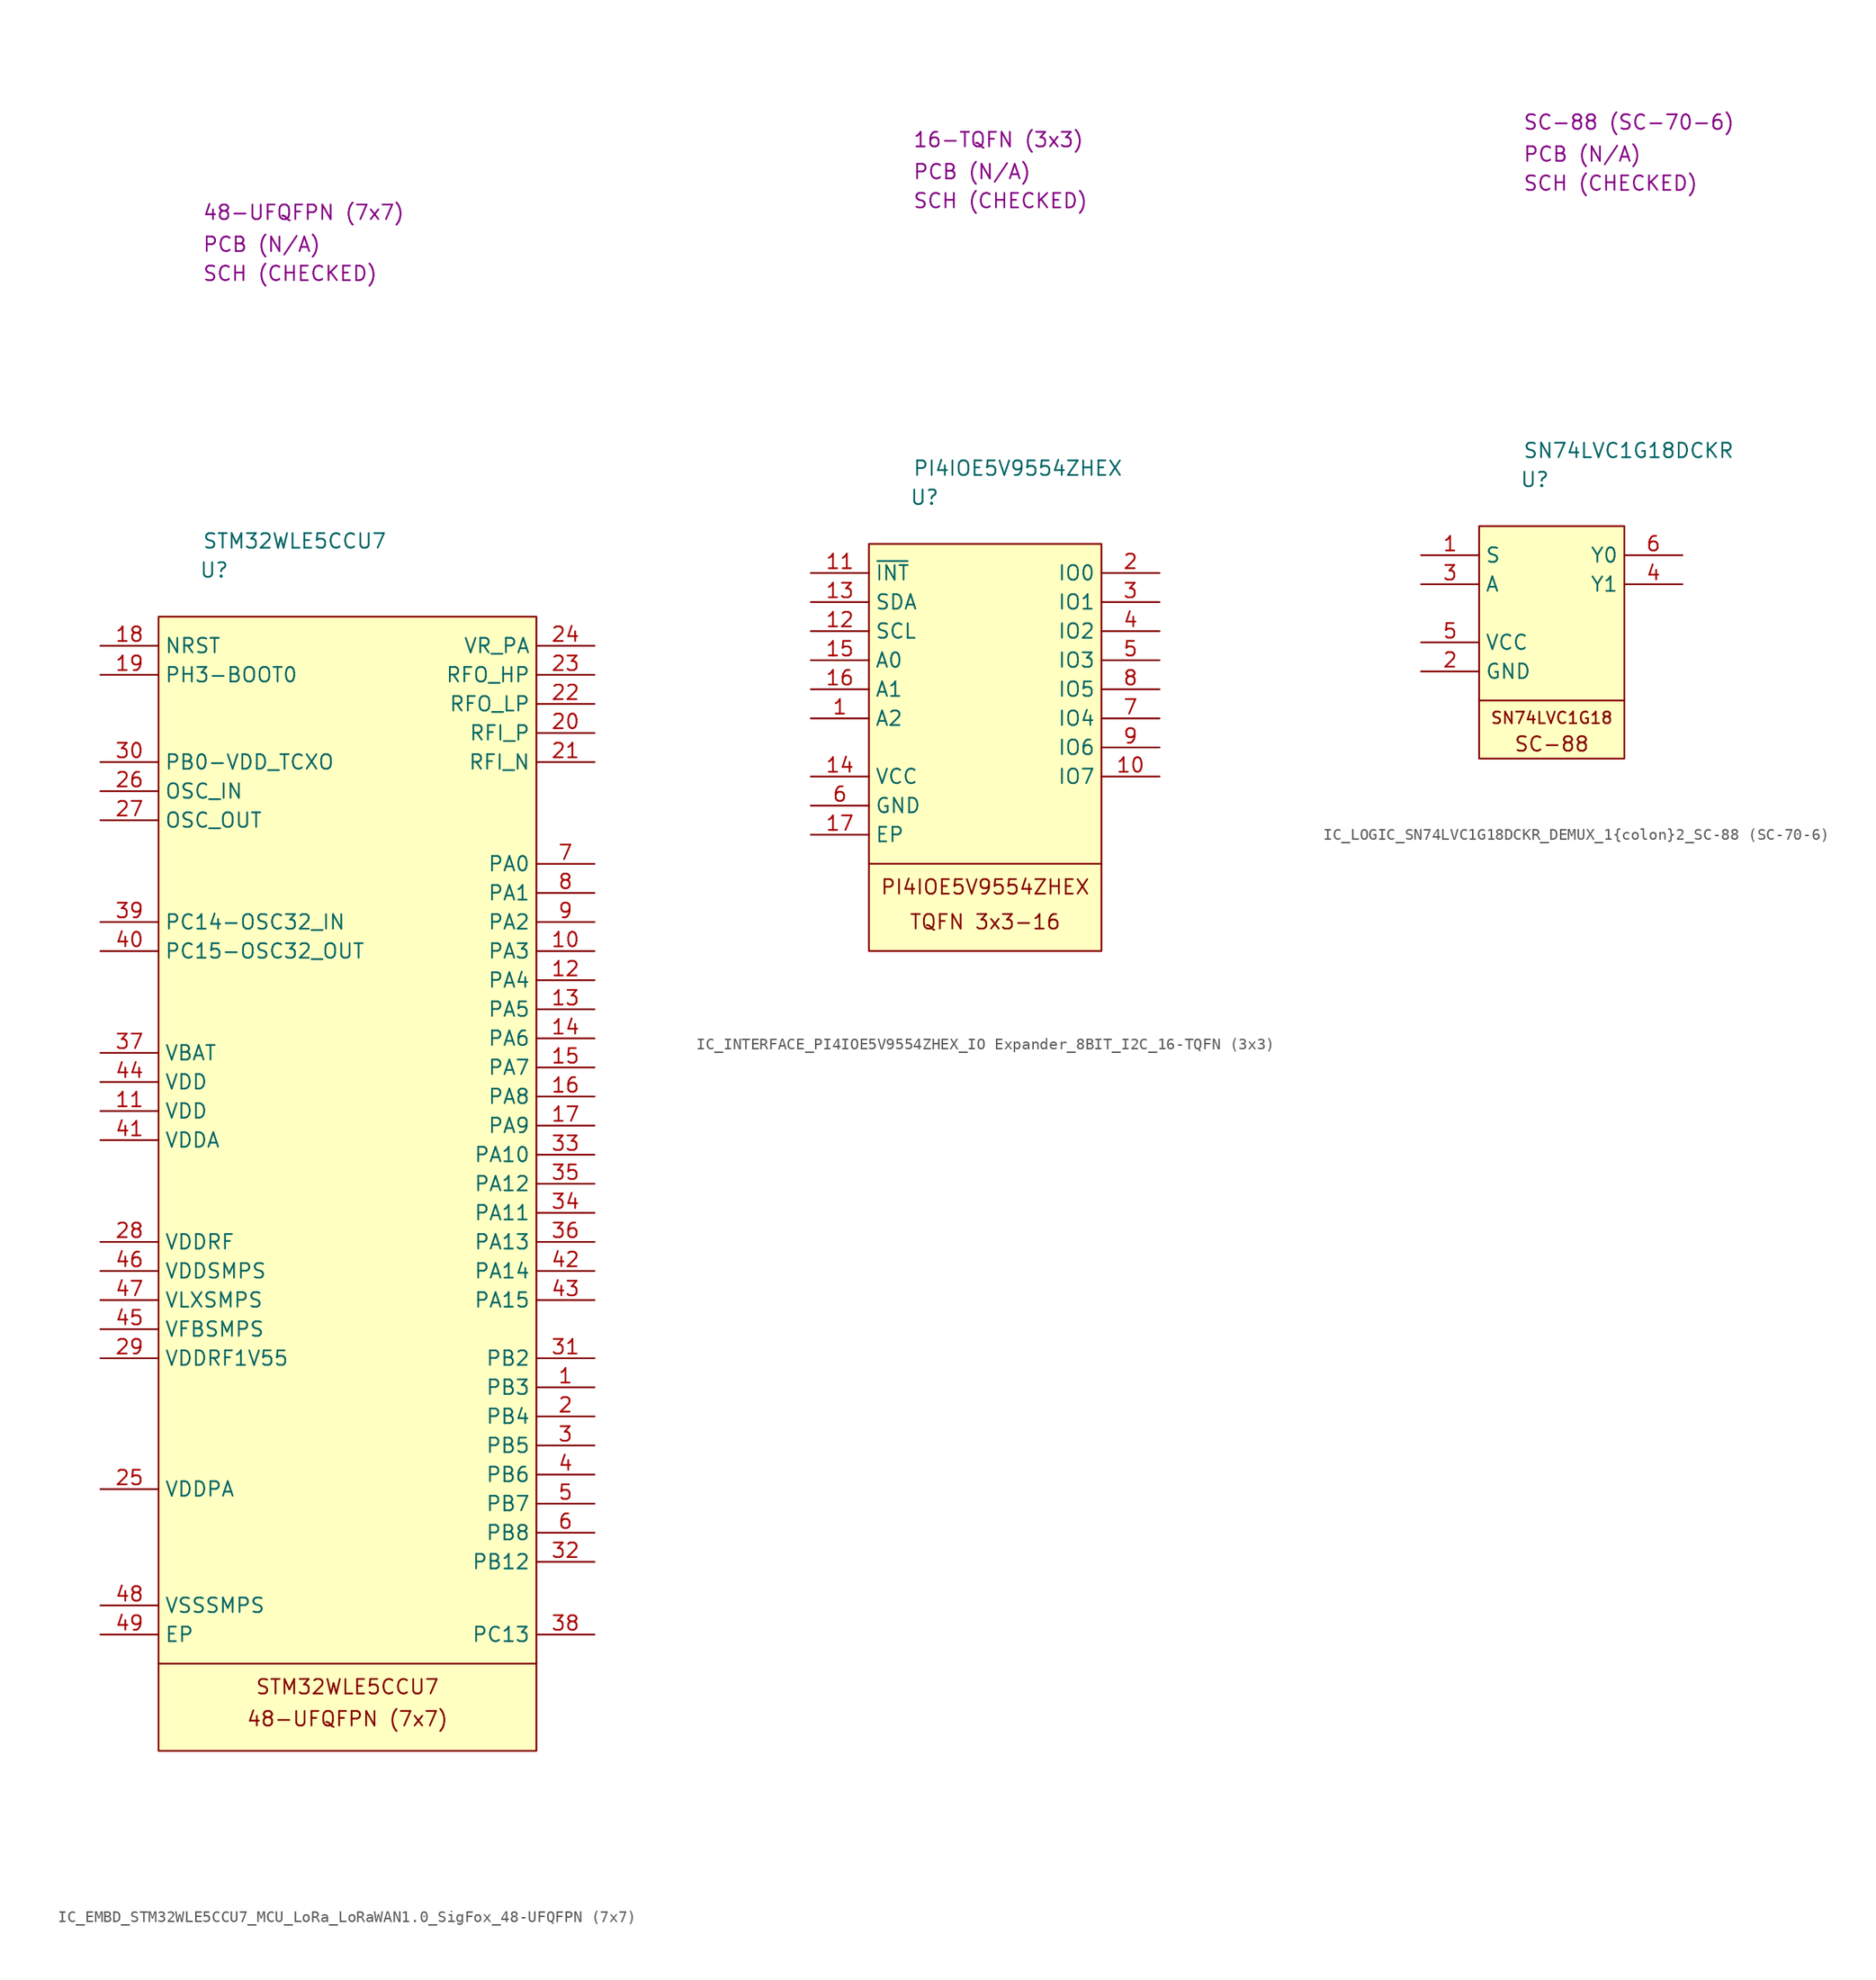
<source format=kicad_sym>
(kicad_symbol_lib
  (version 20231120)
  (generator "kicad_symbol_editor")
  (generator_version "8.0")
  (symbol "IC_EMBD_STM32WLE5CCU7_MCU_LoRa_LoRaWAN1.0_SigFox_48-UFQFPN (7x7)"
    (property "Reference" "U"
      (at 3.556 4.064 0)
      (effects (font (size 1.27 1.27)) (justify left)))
    (property "Value" "STM32WLE5CCU7"
      (at 3.81 6.604 0)
      (effects (font (size 1.27 1.27)) (justify left)))
    (property "Package" "48-UFQFPN (7x7)"
      (at 3.81 35.306 0)
      (effects (font (size 1.27 1.27)) (justify left)))
    (property "SCH CHECK" "SCH (CHECKED)"
      (at 3.81 29.972 0)
      (effects (font (size 1.27 1.27)) (justify left)))
    (property "PCB CHECK" "PCB (N/A)"
      (at 3.81 32.512 0)
      (effects (font (size 1.27 1.27)) (justify left)))
    (symbol "IC_EMBD_STM32WLE5CCU7_MCU_LoRa_LoRaWAN1.0_SigFox_48-UFQFPN (7x7)_0_1"
      (polyline (pts (xy 0 -91.44) (xy 33.02 -91.44)) (stroke (width 0) (type default)) (fill (type none))))
    (symbol "IC_EMBD_STM32WLE5CCU7_MCU_LoRa_LoRaWAN1.0_SigFox_48-UFQFPN (7x7)_1_0"
      (pin passive line (at 38.1 -67.31 180) (length 5.08) (name "PB3" (effects (font (size 1.27 1.27)))) (number "1" (effects (font (size 1.27 1.27))))))
    (symbol "IC_EMBD_STM32WLE5CCU7_MCU_LoRa_LoRaWAN1.0_SigFox_48-UFQFPN (7x7)_1_1"
      (rectangle (start 0 0) (end 33.02 -99.06) (stroke (width 0) (type default)) (fill (type background)))
      (text "48-UFQFPN (7x7)" (at 16.51 -96.266 0) (effects (font (size 1.27 1.27))))
      (text "STM32WLE5CCU7" (at 16.51 -93.472 0) (effects (font (size 1.27 1.27))))
      (pin passive line (at 38.1 -29.21 180) (length 5.08) (name "PA3" (effects (font (size 1.27 1.27)))) (number "10" (effects (font (size 1.27 1.27)))))
      (pin passive line (at -5.08 -43.18 0) (length 5.08) (name "VDD" (effects (font (size 1.27 1.27)))) (number "11" (effects (font (size 1.27 1.27)))))
      (pin passive line (at 38.1 -31.75 180) (length 5.08) (name "PA4" (effects (font (size 1.27 1.27)))) (number "12" (effects (font (size 1.27 1.27)))))
      (pin passive line (at 38.1 -34.29 180) (length 5.08) (name "PA5" (effects (font (size 1.27 1.27)))) (number "13" (effects (font (size 1.27 1.27)))))
      (pin passive line (at 38.1 -36.83 180) (length 5.08) (name "PA6" (effects (font (size 1.27 1.27)))) (number "14" (effects (font (size 1.27 1.27)))))
      (pin passive line (at 38.1 -39.37 180) (length 5.08) (name "PA7" (effects (font (size 1.27 1.27)))) (number "15" (effects (font (size 1.27 1.27)))))
      (pin passive line (at 38.1 -41.91 180) (length 5.08) (name "PA8" (effects (font (size 1.27 1.27)))) (number "16" (effects (font (size 1.27 1.27)))))
      (pin passive line (at 38.1 -44.45 180) (length 5.08) (name "PA9" (effects (font (size 1.27 1.27)))) (number "17" (effects (font (size 1.27 1.27)))))
      (pin passive line (at -5.08 -2.54 0) (length 5.08) (name "NRST" (effects (font (size 1.27 1.27)))) (number "18" (effects (font (size 1.27 1.27)))))
      (pin passive line (at -5.08 -5.08 0) (length 5.08) (name "PH3-BOOT0" (effects (font (size 1.27 1.27)))) (number "19" (effects (font (size 1.27 1.27)))))
      (pin passive line (at 38.1 -69.85 180) (length 5.08) (name "PB4" (effects (font (size 1.27 1.27)))) (number "2" (effects (font (size 1.27 1.27)))))
      (pin passive line (at 38.1 -10.16 180) (length 5.08) (name "RFI_P" (effects (font (size 1.27 1.27)))) (number "20" (effects (font (size 1.27 1.27)))))
      (pin passive line (at 38.1 -12.7 180) (length 5.08) (name "RFI_N" (effects (font (size 1.27 1.27)))) (number "21" (effects (font (size 1.27 1.27)))))
      (pin passive line (at 38.1 -7.62 180) (length 5.08) (name "RFO_LP" (effects (font (size 1.27 1.27)))) (number "22" (effects (font (size 1.27 1.27)))))
      (pin passive line (at 38.1 -5.08 180) (length 5.08) (name "RFO_HP" (effects (font (size 1.27 1.27)))) (number "23" (effects (font (size 1.27 1.27)))))
      (pin passive line (at 38.1 -2.54 180) (length 5.08) (name "VR_PA" (effects (font (size 1.27 1.27)))) (number "24" (effects (font (size 1.27 1.27)))))
      (pin passive line (at -5.08 -76.2 0) (length 5.08) (name "VDDPA" (effects (font (size 1.27 1.27)))) (number "25" (effects (font (size 1.27 1.27)))))
      (pin passive line (at -5.08 -15.24 0) (length 5.08) (name "OSC_IN" (effects (font (size 1.27 1.27)))) (number "26" (effects (font (size 1.27 1.27)))))
      (pin passive line (at -5.08 -17.78 0) (length 5.08) (name "OSC_OUT" (effects (font (size 1.27 1.27)))) (number "27" (effects (font (size 1.27 1.27)))))
      (pin passive line (at -5.08 -54.61 0) (length 5.08) (name "VDDRF" (effects (font (size 1.27 1.27)))) (number "28" (effects (font (size 1.27 1.27)))))
      (pin passive line (at -5.08 -64.77 0) (length 5.08) (name "VDDRF1V55" (effects (font (size 1.27 1.27)))) (number "29" (effects (font (size 1.27 1.27)))))
      (pin passive line (at 38.1 -72.39 180) (length 5.08) (name "PB5" (effects (font (size 1.27 1.27)))) (number "3" (effects (font (size 1.27 1.27)))))
      (pin passive line (at -5.08 -12.7 0) (length 5.08) (name "PB0-VDD_TCXO" (effects (font (size 1.27 1.27)))) (number "30" (effects (font (size 1.27 1.27)))))
      (pin passive line (at 38.1 -64.77 180) (length 5.08) (name "PB2" (effects (font (size 1.27 1.27)))) (number "31" (effects (font (size 1.27 1.27)))))
      (pin passive line (at 38.1 -82.55 180) (length 5.08) (name "PB12" (effects (font (size 1.27 1.27)))) (number "32" (effects (font (size 1.27 1.27)))))
      (pin passive line (at 38.1 -46.99 180) (length 5.08) (name "PA10" (effects (font (size 1.27 1.27)))) (number "33" (effects (font (size 1.27 1.27)))))
      (pin passive line (at 38.1 -52.07 180) (length 5.08) (name "PA11" (effects (font (size 1.27 1.27)))) (number "34" (effects (font (size 1.27 1.27)))))
      (pin passive line (at 38.1 -49.53 180) (length 5.08) (name "PA12" (effects (font (size 1.27 1.27)))) (number "35" (effects (font (size 1.27 1.27)))))
      (pin passive line (at 38.1 -54.61 180) (length 5.08) (name "PA13" (effects (font (size 1.27 1.27)))) (number "36" (effects (font (size 1.27 1.27)))))
      (pin passive line (at -5.08 -38.1 0) (length 5.08) (name "VBAT" (effects (font (size 1.27 1.27)))) (number "37" (effects (font (size 1.27 1.27)))))
      (pin passive line (at 38.1 -88.9 180) (length 5.08) (name "PC13" (effects (font (size 1.27 1.27)))) (number "38" (effects (font (size 1.27 1.27)))))
      (pin passive line (at -5.08 -26.67 0) (length 5.08) (name "PC14-OSC32_IN" (effects (font (size 1.27 1.27)))) (number "39" (effects (font (size 1.27 1.27)))))
      (pin passive line (at 38.1 -74.93 180) (length 5.08) (name "PB6" (effects (font (size 1.27 1.27)))) (number "4" (effects (font (size 1.27 1.27)))))
      (pin passive line (at -5.08 -29.21 0) (length 5.08) (name "PC15-OSC32_OUT" (effects (font (size 1.27 1.27)))) (number "40" (effects (font (size 1.27 1.27)))))
      (pin passive line (at -5.08 -45.72 0) (length 5.08) (name "VDDA" (effects (font (size 1.27 1.27)))) (number "41" (effects (font (size 1.27 1.27)))))
      (pin passive line (at 38.1 -57.15 180) (length 5.08) (name "PA14" (effects (font (size 1.27 1.27)))) (number "42" (effects (font (size 1.27 1.27)))))
      (pin passive line (at 38.1 -59.69 180) (length 5.08) (name "PA15" (effects (font (size 1.27 1.27)))) (number "43" (effects (font (size 1.27 1.27)))))
      (pin passive line (at -5.08 -40.64 0) (length 5.08) (name "VDD" (effects (font (size 1.27 1.27)))) (number "44" (effects (font (size 1.27 1.27)))))
      (pin passive line (at -5.08 -62.23 0) (length 5.08) (name "VFBSMPS" (effects (font (size 1.27 1.27)))) (number "45" (effects (font (size 1.27 1.27)))))
      (pin passive line (at -5.08 -57.15 0) (length 5.08) (name "VDDSMPS" (effects (font (size 1.27 1.27)))) (number "46" (effects (font (size 1.27 1.27)))))
      (pin passive line (at -5.08 -59.69 0) (length 5.08) (name "VLXSMPS" (effects (font (size 1.27 1.27)))) (number "47" (effects (font (size 1.27 1.27)))))
      (pin passive line (at -5.08 -86.36 0) (length 5.08) (name "VSSSMPS" (effects (font (size 1.27 1.27)))) (number "48" (effects (font (size 1.27 1.27)))))
      (pin passive line (at -5.08 -88.9 0) (length 5.08) (name "EP" (effects (font (size 1.27 1.27)))) (number "49" (effects (font (size 1.27 1.27)))))
      (pin passive line (at 38.1 -77.47 180) (length 5.08) (name "PB7" (effects (font (size 1.27 1.27)))) (number "5" (effects (font (size 1.27 1.27)))))
      (pin passive line (at 38.1 -80.01 180) (length 5.08) (name "PB8" (effects (font (size 1.27 1.27)))) (number "6" (effects (font (size 1.27 1.27)))))
      (pin passive line (at 38.1 -21.59 180) (length 5.08) (name "PA0" (effects (font (size 1.27 1.27)))) (number "7" (effects (font (size 1.27 1.27)))))
      (pin passive line (at 38.1 -24.13 180) (length 5.08) (name "PA1" (effects (font (size 1.27 1.27)))) (number "8" (effects (font (size 1.27 1.27)))))
      (pin passive line (at 38.1 -26.67 180) (length 5.08) (name "PA2" (effects (font (size 1.27 1.27)))) (number "9" (effects (font (size 1.27 1.27)))))))
  (symbol "IC_INTERFACE_PI4IOE5V9554ZHEX_IO Expander_8BIT_I2C_16-TQFN (3x3)"
    (property "Reference" "U"
      (at 3.556 4.064 0)
      (effects (font (size 1.27 1.27)) (justify left)))
    (property "Value" "PI4IOE5V9554ZHEX"
      (at 3.81 6.604 0)
      (effects (font (size 1.27 1.27)) (justify left)))
    (property "Package" "16-TQFN (3x3)"
      (at 3.81 35.306 0)
      (effects (font (size 1.27 1.27)) (justify left)))
    (property "SCH CHECK" "SCH (CHECKED)"
      (at 3.81 29.972 0)
      (effects (font (size 1.27 1.27)) (justify left)))
    (property "PCB CHECK" "PCB (N/A)"
      (at 3.81 32.512 0)
      (effects (font (size 1.27 1.27)) (justify left)))
    (symbol "IC_INTERFACE_PI4IOE5V9554ZHEX_IO Expander_8BIT_I2C_16-TQFN (3x3)_0_1"
      (polyline (pts (xy 0 -27.94) (xy 20.32 -27.94)) (stroke (width 0) (type default)) (fill (type none))))
    (symbol "IC_INTERFACE_PI4IOE5V9554ZHEX_IO Expander_8BIT_I2C_16-TQFN (3x3)_1_0"
      (pin passive line (at -5.08 -25.4 0) (length 5.08) (name "EP" (effects (font (size 1.27 1.27)))) (number "17" (effects (font (size 1.27 1.27))))))
    (symbol "IC_INTERFACE_PI4IOE5V9554ZHEX_IO Expander_8BIT_I2C_16-TQFN (3x3)_1_1"
      (rectangle (start 0 0) (end 20.32 -35.56) (stroke (width 0) (type default)) (fill (type background)))
      (text "PI4IOE5V9554ZHEX" (at 10.16 -29.972 0) (effects (font (size 1.27 1.27))))
      (text "TQFN 3x3-16" (at 10.16 -33.02 0) (effects (font (size 1.27 1.27))))
      (pin passive line (at -5.08 -15.24 0) (length 5.08) (name "A2" (effects (font (size 1.27 1.27)))) (number "1" (effects (font (size 1.27 1.27)))))
      (pin passive line (at 25.4 -20.32 180) (length 5.08) (name "IO7" (effects (font (size 1.27 1.27)))) (number "10" (effects (font (size 1.27 1.27)))))
      (pin passive line (at -5.08 -2.54 0) (length 5.08) (name "~{INT}" (effects (font (size 1.27 1.27)))) (number "11" (effects (font (size 1.27 1.27)))))
      (pin passive line (at -5.08 -7.62 0) (length 5.08) (name "SCL" (effects (font (size 1.27 1.27)))) (number "12" (effects (font (size 1.27 1.27)))))
      (pin passive line (at -5.08 -5.08 0) (length 5.08) (name "SDA" (effects (font (size 1.27 1.27)))) (number "13" (effects (font (size 1.27 1.27)))))
      (pin passive line (at -5.08 -20.32 0) (length 5.08) (name "VCC" (effects (font (size 1.27 1.27)))) (number "14" (effects (font (size 1.27 1.27)))))
      (pin passive line (at -5.08 -10.16 0) (length 5.08) (name "A0" (effects (font (size 1.27 1.27)))) (number "15" (effects (font (size 1.27 1.27)))))
      (pin passive line (at -5.08 -12.7 0) (length 5.08) (name "A1" (effects (font (size 1.27 1.27)))) (number "16" (effects (font (size 1.27 1.27)))))
      (pin passive line (at 25.4 -2.54 180) (length 5.08) (name "IO0" (effects (font (size 1.27 1.27)))) (number "2" (effects (font (size 1.27 1.27)))))
      (pin passive line (at 25.4 -5.08 180) (length 5.08) (name "IO1" (effects (font (size 1.27 1.27)))) (number "3" (effects (font (size 1.27 1.27)))))
      (pin passive line (at 25.4 -7.62 180) (length 5.08) (name "IO2" (effects (font (size 1.27 1.27)))) (number "4" (effects (font (size 1.27 1.27)))))
      (pin passive line (at 25.4 -10.16 180) (length 5.08) (name "IO3" (effects (font (size 1.27 1.27)))) (number "5" (effects (font (size 1.27 1.27)))))
      (pin passive line (at -5.08 -22.86 0) (length 5.08) (name "GND" (effects (font (size 1.27 1.27)))) (number "6" (effects (font (size 1.27 1.27)))))
      (pin passive line (at 25.4 -15.24 180) (length 5.08) (name "IO4" (effects (font (size 1.27 1.27)))) (number "7" (effects (font (size 1.27 1.27)))))
      (pin passive line (at 25.4 -12.7 180) (length 5.08) (name "IO5" (effects (font (size 1.27 1.27)))) (number "8" (effects (font (size 1.27 1.27)))))
      (pin passive line (at 25.4 -17.78 180) (length 5.08) (name "IO6" (effects (font (size 1.27 1.27)))) (number "9" (effects (font (size 1.27 1.27)))))))
  (symbol "IC_LOGIC_SN74LVC1G18DCKR_DEMUX_1{colon}2_SC-88 (SC-70-6)"
    (property "Reference" "U"
      (at 3.556 4.064 0)
      (effects (font (size 1.27 1.27)) (justify left)))
    (property "Value" "SN74LVC1G18DCKR"
      (at 3.81 6.604 0)
      (effects (font (size 1.27 1.27)) (justify left)))
    (property "Package" "SC-88 (SC-70-6)"
      (at 3.81 35.306 0)
      (effects (font (size 1.27 1.27)) (justify left)))
    (property "SCH CHECK" "SCH (CHECKED)"
      (at 3.81 29.972 0)
      (effects (font (size 1.27 1.27)) (justify left)))
    (property "PCB CHECK" "PCB (N/A)"
      (at 3.81 32.512 0)
      (effects (font (size 1.27 1.27)) (justify left)))
    (symbol "IC_LOGIC_SN74LVC1G18DCKR_DEMUX_1{colon}2_SC-88 (SC-70-6)_1_1"
      (polyline (pts (xy 0 -15.24) (xy 12.7 -15.24)) (stroke (width 0) (type default)) (fill (type none)))
      (rectangle (start 0 0) (end 12.7 -20.32) (stroke (width 0) (type default)) (fill (type background)))
      (text "SC−88" (at 6.35 -19.05 0) (effects (font (size 1.27 1.27))))
      (text "SN74LVC1G18" (at 6.35 -16.764 0) (effects (font (size 1.016 1.016))))
      (pin passive line (at -5.08 -2.54 0) (length 5.08) (name "S" (effects (font (size 1.27 1.27)))) (number "1" (effects (font (size 1.27 1.27)))))
      (pin passive line (at -5.08 -12.7 0) (length 5.08) (name "GND" (effects (font (size 1.27 1.27)))) (number "2" (effects (font (size 1.27 1.27)))))
      (pin passive line (at -5.08 -5.08 0) (length 5.08) (name "A" (effects (font (size 1.27 1.27)))) (number "3" (effects (font (size 1.27 1.27)))))
      (pin passive line (at 17.78 -5.08 180) (length 5.08) (name "Y1" (effects (font (size 1.27 1.27)))) (number "4" (effects (font (size 1.27 1.27)))))
      (pin passive line (at -5.08 -10.16 0) (length 5.08) (name "VCC" (effects (font (size 1.27 1.27)))) (number "5" (effects (font (size 1.27 1.27)))))
      (pin passive line (at 17.78 -2.54 180) (length 5.08) (name "Y0" (effects (font (size 1.27 1.27)))) (number "6" (effects (font (size 1.27 1.27))))))))
</source>
